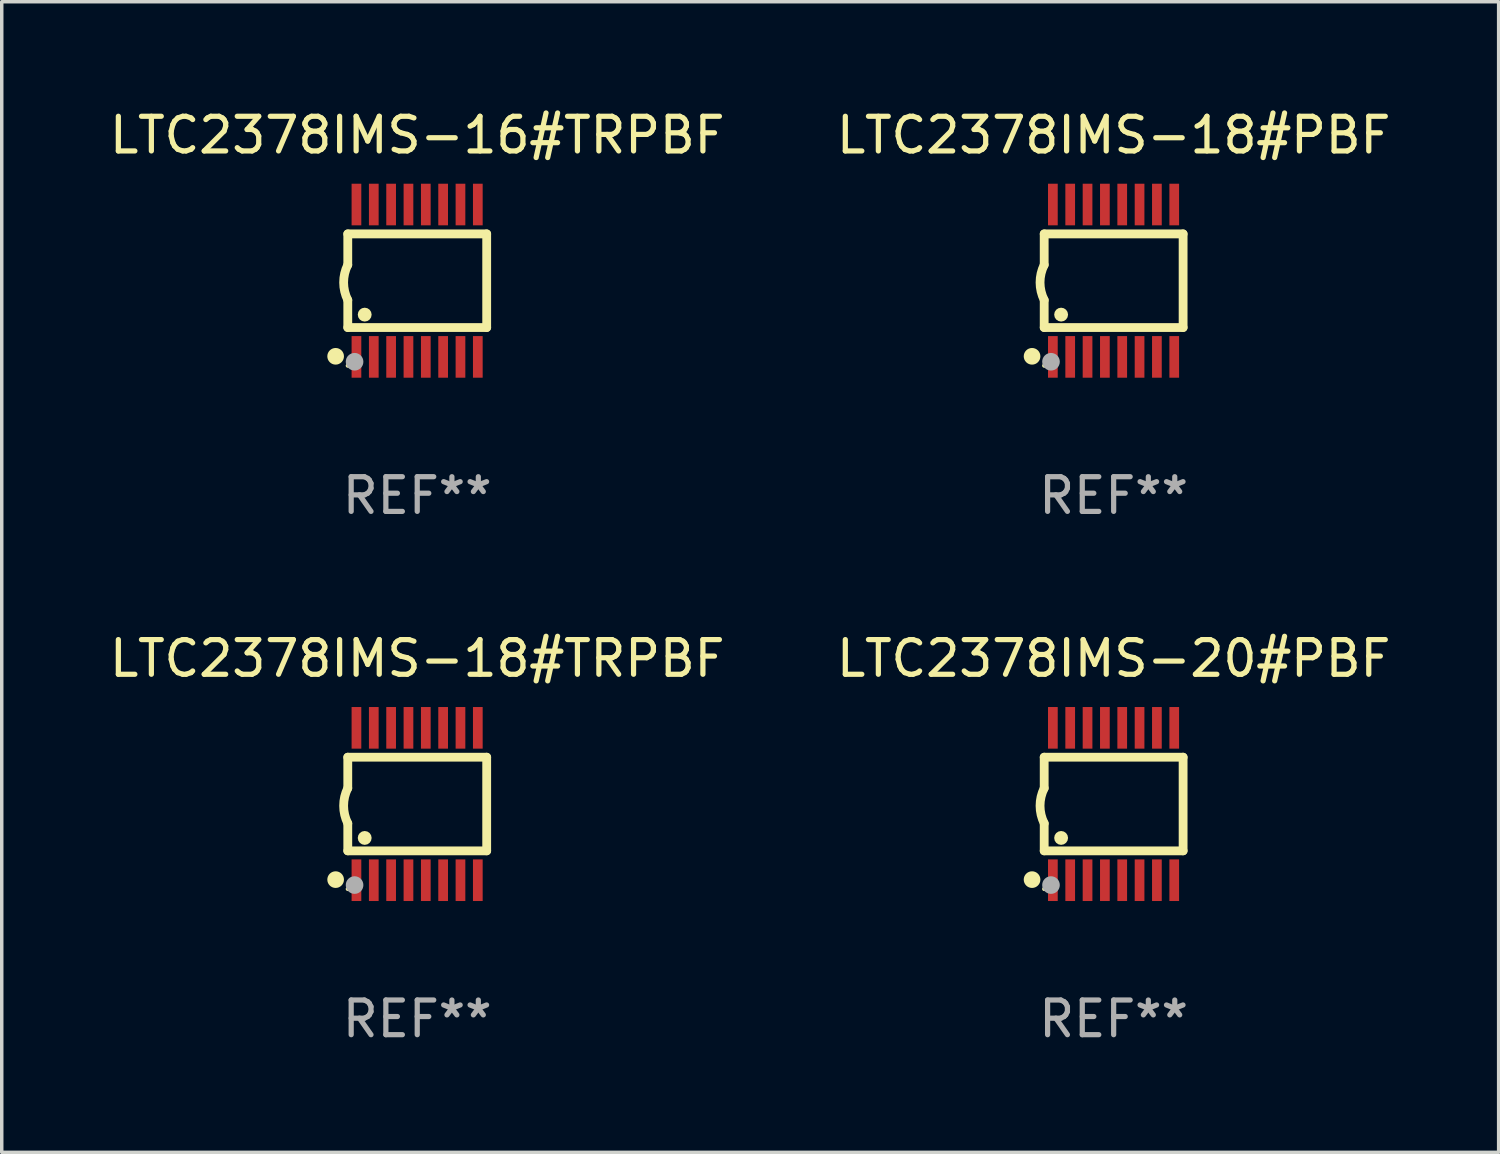
<source format=kicad_pcb>
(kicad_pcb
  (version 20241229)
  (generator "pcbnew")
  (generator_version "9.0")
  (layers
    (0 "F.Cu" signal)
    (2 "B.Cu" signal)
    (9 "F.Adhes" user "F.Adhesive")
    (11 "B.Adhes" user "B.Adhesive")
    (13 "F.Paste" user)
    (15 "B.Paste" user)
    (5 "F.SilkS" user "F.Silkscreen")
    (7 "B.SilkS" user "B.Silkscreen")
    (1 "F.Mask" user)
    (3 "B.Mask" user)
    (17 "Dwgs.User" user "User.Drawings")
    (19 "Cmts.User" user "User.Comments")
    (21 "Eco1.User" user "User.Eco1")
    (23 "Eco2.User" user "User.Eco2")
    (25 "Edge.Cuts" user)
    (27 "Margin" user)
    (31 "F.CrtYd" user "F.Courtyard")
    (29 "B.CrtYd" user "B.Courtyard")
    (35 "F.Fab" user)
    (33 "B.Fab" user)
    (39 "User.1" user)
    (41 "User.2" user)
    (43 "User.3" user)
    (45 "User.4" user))
  (footprint "LTC2378IMS-20#PBF"
    (layer "F.Cu")
    (at 29.065 20.136)
    (property "Reference" "LTC2378IMS-20#PBF" (at 0 -4.197 0) (layer "F.SilkS") (effects (font (size 1 1) (thickness 0.15))))
    (attr through_hole)
    (fp_line (start -2.003 -1.35) (end -2.003 -0.457) (stroke (width 0.254) (type solid)) (layer "F.SilkS"))
    (fp_line (start -2.003 -1.35) (end 2.003 -1.35) (stroke (width 0.254) (type solid)) (layer "F.SilkS"))
    (fp_line (start -2.003 1.35) (end -2.003 0.559) (stroke (width 0.254) (type solid)) (layer "F.SilkS"))
    (fp_line (start -2.003 1.35) (end 2.003 1.35) (stroke (width 0.254) (type solid)) (layer "F.SilkS"))
    (fp_line (start 2.003 -1.35) (end 2.003 1.35) (stroke (width 0.254) (type solid)) (layer "F.SilkS"))
    (fp_arc (start -2.002286 0.558802) (mid -2.122556 0.05092) (end -2.003302 -0.457201) (stroke (width 0.254001) (type solid)) (layer "F.SilkS"))
    (fp_circle (center -2.353 2.18) (end -2.233 2.18) (stroke (width 0.24) (type solid)) (fill no) (layer "F.SilkS"))
    (fp_circle (center -2.003 2.45) (end -1.973 2.45) (stroke (width 0.06) (type solid)) (fill no) (layer "F.SilkS"))
    (fp_circle (center -1.515 0.978) (end -1.415 0.978) (stroke (width 0.2) (type solid)) (fill no) (layer "F.SilkS"))
    (fp_circle (center -1.807 2.337) (end -1.68 2.337) (stroke (width 0.254) (type solid)) (fill no) (layer "F.Fab"))
    (fp_text user "REF**" (at 0 6.197 0) (layer "F.Fab") (effects (font (size 1 1) (thickness 0.15))))
    (pad "1" smd rect (at -1.753 2.197 90) (size 1.2 0.28) (layers "F.Cu" "F.Mask" "F.Paste"))
    (pad "2" smd rect (at -1.253 2.197 90) (size 1.2 0.28) (layers "F.Cu" "F.Mask" "F.Paste"))
    (pad "3" smd rect (at -0.753 2.197 90) (size 1.2 0.28) (layers "F.Cu" "F.Mask" "F.Paste"))
    (pad "4" smd rect (at -0.253 2.197 90) (size 1.2 0.28) (layers "F.Cu" "F.Mask" "F.Paste"))
    (pad "5" smd rect (at 0.247 2.197 90) (size 1.2 0.28) (layers "F.Cu" "F.Mask" "F.Paste"))
    (pad "6" smd rect (at 0.747 2.197 90) (size 1.2 0.28) (layers "F.Cu" "F.Mask" "F.Paste"))
    (pad "7" smd rect (at 1.247 2.197 90) (size 1.2 0.28) (layers "F.Cu" "F.Mask" "F.Paste"))
    (pad "8" smd rect (at 1.747 2.197 90) (size 1.2 0.28) (layers "F.Cu" "F.Mask" "F.Paste"))
    (pad "9" smd rect (at 1.747 -2.197 90) (size 1.2 0.28) (layers "F.Cu" "F.Mask" "F.Paste"))
    (pad "10" smd rect (at 1.247 -2.197 90) (size 1.2 0.28) (layers "F.Cu" "F.Mask" "F.Paste"))
    (pad "11" smd rect (at 0.747 -2.197 90) (size 1.2 0.28) (layers "F.Cu" "F.Mask" "F.Paste"))
    (pad "12" smd rect (at 0.247 -2.197 90) (size 1.2 0.28) (layers "F.Cu" "F.Mask" "F.Paste"))
    (pad "13" smd rect (at -0.253 -2.197 90) (size 1.2 0.28) (layers "F.Cu" "F.Mask" "F.Paste"))
    (pad "14" smd rect (at -0.753 -2.197 90) (size 1.2 0.28) (layers "F.Cu" "F.Mask" "F.Paste"))
    (pad "15" smd rect (at -1.253 -2.197 90) (size 1.2 0.28) (layers "F.Cu" "F.Mask" "F.Paste"))
    (pad "16" smd rect (at -1.753 -2.197 90) (size 1.2 0.28) (layers "F.Cu" "F.Mask" "F.Paste")))
  (footprint "LTC2378IMS-18#PBF"
    (layer "F.Cu")
    (at 29.065 5.045)
    (property "Reference" "LTC2378IMS-18#PBF" (at 0 -4.197 0) (layer "F.SilkS") (effects (font (size 1 1) (thickness 0.15))))
    (attr through_hole)
    (fp_line (start -2.003 -1.35) (end -2.003 -0.457) (stroke (width 0.254) (type solid)) (layer "F.SilkS"))
    (fp_line (start -2.003 -1.35) (end 2.003 -1.35) (stroke (width 0.254) (type solid)) (layer "F.SilkS"))
    (fp_line (start -2.003 1.35) (end -2.003 0.559) (stroke (width 0.254) (type solid)) (layer "F.SilkS"))
    (fp_line (start -2.003 1.35) (end 2.003 1.35) (stroke (width 0.254) (type solid)) (layer "F.SilkS"))
    (fp_line (start 2.003 -1.35) (end 2.003 1.35) (stroke (width 0.254) (type solid)) (layer "F.SilkS"))
    (fp_arc (start -2.002286 0.558802) (mid -2.122556 0.05092) (end -2.003302 -0.457201) (stroke (width 0.254001) (type solid)) (layer "F.SilkS"))
    (fp_circle (center -2.353 2.18) (end -2.233 2.18) (stroke (width 0.24) (type solid)) (fill no) (layer "F.SilkS"))
    (fp_circle (center -2.003 2.45) (end -1.973 2.45) (stroke (width 0.06) (type solid)) (fill no) (layer "F.SilkS"))
    (fp_circle (center -1.515 0.978) (end -1.415 0.978) (stroke (width 0.2) (type solid)) (fill no) (layer "F.SilkS"))
    (fp_circle (center -1.807 2.337) (end -1.68 2.337) (stroke (width 0.254) (type solid)) (fill no) (layer "F.Fab"))
    (fp_text user "REF**" (at 0 6.197 0) (layer "F.Fab") (effects (font (size 1 1) (thickness 0.15))))
    (pad "1" smd rect (at -1.753 2.197 90) (size 1.2 0.28) (layers "F.Cu" "F.Mask" "F.Paste"))
    (pad "2" smd rect (at -1.253 2.197 90) (size 1.2 0.28) (layers "F.Cu" "F.Mask" "F.Paste"))
    (pad "3" smd rect (at -0.753 2.197 90) (size 1.2 0.28) (layers "F.Cu" "F.Mask" "F.Paste"))
    (pad "4" smd rect (at -0.253 2.197 90) (size 1.2 0.28) (layers "F.Cu" "F.Mask" "F.Paste"))
    (pad "5" smd rect (at 0.247 2.197 90) (size 1.2 0.28) (layers "F.Cu" "F.Mask" "F.Paste"))
    (pad "6" smd rect (at 0.747 2.197 90) (size 1.2 0.28) (layers "F.Cu" "F.Mask" "F.Paste"))
    (pad "7" smd rect (at 1.247 2.197 90) (size 1.2 0.28) (layers "F.Cu" "F.Mask" "F.Paste"))
    (pad "8" smd rect (at 1.747 2.197 90) (size 1.2 0.28) (layers "F.Cu" "F.Mask" "F.Paste"))
    (pad "9" smd rect (at 1.747 -2.197 90) (size 1.2 0.28) (layers "F.Cu" "F.Mask" "F.Paste"))
    (pad "10" smd rect (at 1.247 -2.197 90) (size 1.2 0.28) (layers "F.Cu" "F.Mask" "F.Paste"))
    (pad "11" smd rect (at 0.747 -2.197 90) (size 1.2 0.28) (layers "F.Cu" "F.Mask" "F.Paste"))
    (pad "12" smd rect (at 0.247 -2.197 90) (size 1.2 0.28) (layers "F.Cu" "F.Mask" "F.Paste"))
    (pad "13" smd rect (at -0.253 -2.197 90) (size 1.2 0.28) (layers "F.Cu" "F.Mask" "F.Paste"))
    (pad "14" smd rect (at -0.753 -2.197 90) (size 1.2 0.28) (layers "F.Cu" "F.Mask" "F.Paste"))
    (pad "15" smd rect (at -1.253 -2.197 90) (size 1.2 0.28) (layers "F.Cu" "F.Mask" "F.Paste"))
    (pad "16" smd rect (at -1.753 -2.197 90) (size 1.2 0.28) (layers "F.Cu" "F.Mask" "F.Paste")))
  (footprint "LTC2378IMS-16#TRPBF"
    (layer "F.Cu")
    (at 8.982 5.045)
    (property "Reference" "LTC2378IMS-16#TRPBF" (at 0 -4.197 0) (layer "F.SilkS") (effects (font (size 1 1) (thickness 0.15))))
    (attr through_hole)
    (fp_line (start -2.003 -1.35) (end -2.003 -0.457) (stroke (width 0.254) (type solid)) (layer "F.SilkS"))
    (fp_line (start -2.003 -1.35) (end 2.003 -1.35) (stroke (width 0.254) (type solid)) (layer "F.SilkS"))
    (fp_line (start -2.003 1.35) (end -2.003 0.559) (stroke (width 0.254) (type solid)) (layer "F.SilkS"))
    (fp_line (start -2.003 1.35) (end 2.003 1.35) (stroke (width 0.254) (type solid)) (layer "F.SilkS"))
    (fp_line (start 2.003 -1.35) (end 2.003 1.35) (stroke (width 0.254) (type solid)) (layer "F.SilkS"))
    (fp_arc (start -2.002286 0.558802) (mid -2.122556 0.05092) (end -2.003302 -0.457201) (stroke (width 0.254001) (type solid)) (layer "F.SilkS"))
    (fp_circle (center -2.353 2.18) (end -2.233 2.18) (stroke (width 0.24) (type solid)) (fill no) (layer "F.SilkS"))
    (fp_circle (center -2.003 2.45) (end -1.973 2.45) (stroke (width 0.06) (type solid)) (fill no) (layer "F.SilkS"))
    (fp_circle (center -1.515 0.978) (end -1.415 0.978) (stroke (width 0.2) (type solid)) (fill no) (layer "F.SilkS"))
    (fp_circle (center -1.807 2.337) (end -1.68 2.337) (stroke (width 0.254) (type solid)) (fill no) (layer "F.Fab"))
    (fp_text user "REF**" (at 0 6.197 0) (layer "F.Fab") (effects (font (size 1 1) (thickness 0.15))))
    (pad "1" smd rect (at -1.753 2.197 90) (size 1.2 0.28) (layers "F.Cu" "F.Mask" "F.Paste"))
    (pad "2" smd rect (at -1.253 2.197 90) (size 1.2 0.28) (layers "F.Cu" "F.Mask" "F.Paste"))
    (pad "3" smd rect (at -0.753 2.197 90) (size 1.2 0.28) (layers "F.Cu" "F.Mask" "F.Paste"))
    (pad "4" smd rect (at -0.253 2.197 90) (size 1.2 0.28) (layers "F.Cu" "F.Mask" "F.Paste"))
    (pad "5" smd rect (at 0.247 2.197 90) (size 1.2 0.28) (layers "F.Cu" "F.Mask" "F.Paste"))
    (pad "6" smd rect (at 0.747 2.197 90) (size 1.2 0.28) (layers "F.Cu" "F.Mask" "F.Paste"))
    (pad "7" smd rect (at 1.247 2.197 90) (size 1.2 0.28) (layers "F.Cu" "F.Mask" "F.Paste"))
    (pad "8" smd rect (at 1.747 2.197 90) (size 1.2 0.28) (layers "F.Cu" "F.Mask" "F.Paste"))
    (pad "9" smd rect (at 1.747 -2.197 90) (size 1.2 0.28) (layers "F.Cu" "F.Mask" "F.Paste"))
    (pad "10" smd rect (at 1.247 -2.197 90) (size 1.2 0.28) (layers "F.Cu" "F.Mask" "F.Paste"))
    (pad "11" smd rect (at 0.747 -2.197 90) (size 1.2 0.28) (layers "F.Cu" "F.Mask" "F.Paste"))
    (pad "12" smd rect (at 0.247 -2.197 90) (size 1.2 0.28) (layers "F.Cu" "F.Mask" "F.Paste"))
    (pad "13" smd rect (at -0.253 -2.197 90) (size 1.2 0.28) (layers "F.Cu" "F.Mask" "F.Paste"))
    (pad "14" smd rect (at -0.753 -2.197 90) (size 1.2 0.28) (layers "F.Cu" "F.Mask" "F.Paste"))
    (pad "15" smd rect (at -1.253 -2.197 90) (size 1.2 0.28) (layers "F.Cu" "F.Mask" "F.Paste"))
    (pad "16" smd rect (at -1.753 -2.197 90) (size 1.2 0.28) (layers "F.Cu" "F.Mask" "F.Paste")))
  (footprint "LTC2378IMS-18#TRPBF"
    (layer "F.Cu")
    (at 8.982 20.136)
    (property "Reference" "LTC2378IMS-18#TRPBF" (at 0 -4.197 0) (layer "F.SilkS") (effects (font (size 1 1) (thickness 0.15))))
    (attr through_hole)
    (fp_line (start -2.003 -1.35) (end -2.003 -0.457) (stroke (width 0.254) (type solid)) (layer "F.SilkS"))
    (fp_line (start -2.003 -1.35) (end 2.003 -1.35) (stroke (width 0.254) (type solid)) (layer "F.SilkS"))
    (fp_line (start -2.003 1.35) (end -2.003 0.559) (stroke (width 0.254) (type solid)) (layer "F.SilkS"))
    (fp_line (start -2.003 1.35) (end 2.003 1.35) (stroke (width 0.254) (type solid)) (layer "F.SilkS"))
    (fp_line (start 2.003 -1.35) (end 2.003 1.35) (stroke (width 0.254) (type solid)) (layer "F.SilkS"))
    (fp_arc (start -2.002286 0.558802) (mid -2.122556 0.05092) (end -2.003302 -0.457201) (stroke (width 0.254001) (type solid)) (layer "F.SilkS"))
    (fp_circle (center -2.353 2.18) (end -2.233 2.18) (stroke (width 0.24) (type solid)) (fill no) (layer "F.SilkS"))
    (fp_circle (center -2.003 2.45) (end -1.973 2.45) (stroke (width 0.06) (type solid)) (fill no) (layer "F.SilkS"))
    (fp_circle (center -1.515 0.978) (end -1.415 0.978) (stroke (width 0.2) (type solid)) (fill no) (layer "F.SilkS"))
    (fp_circle (center -1.807 2.337) (end -1.68 2.337) (stroke (width 0.254) (type solid)) (fill no) (layer "F.Fab"))
    (fp_text user "REF**" (at 0 6.197 0) (layer "F.Fab") (effects (font (size 1 1) (thickness 0.15))))
    (pad "1" smd rect (at -1.753 2.197 90) (size 1.2 0.28) (layers "F.Cu" "F.Mask" "F.Paste"))
    (pad "2" smd rect (at -1.253 2.197 90) (size 1.2 0.28) (layers "F.Cu" "F.Mask" "F.Paste"))
    (pad "3" smd rect (at -0.753 2.197 90) (size 1.2 0.28) (layers "F.Cu" "F.Mask" "F.Paste"))
    (pad "4" smd rect (at -0.253 2.197 90) (size 1.2 0.28) (layers "F.Cu" "F.Mask" "F.Paste"))
    (pad "5" smd rect (at 0.247 2.197 90) (size 1.2 0.28) (layers "F.Cu" "F.Mask" "F.Paste"))
    (pad "6" smd rect (at 0.747 2.197 90) (size 1.2 0.28) (layers "F.Cu" "F.Mask" "F.Paste"))
    (pad "7" smd rect (at 1.247 2.197 90) (size 1.2 0.28) (layers "F.Cu" "F.Mask" "F.Paste"))
    (pad "8" smd rect (at 1.747 2.197 90) (size 1.2 0.28) (layers "F.Cu" "F.Mask" "F.Paste"))
    (pad "9" smd rect (at 1.747 -2.197 90) (size 1.2 0.28) (layers "F.Cu" "F.Mask" "F.Paste"))
    (pad "10" smd rect (at 1.247 -2.197 90) (size 1.2 0.28) (layers "F.Cu" "F.Mask" "F.Paste"))
    (pad "11" smd rect (at 0.747 -2.197 90) (size 1.2 0.28) (layers "F.Cu" "F.Mask" "F.Paste"))
    (pad "12" smd rect (at 0.247 -2.197 90) (size 1.2 0.28) (layers "F.Cu" "F.Mask" "F.Paste"))
    (pad "13" smd rect (at -0.253 -2.197 90) (size 1.2 0.28) (layers "F.Cu" "F.Mask" "F.Paste"))
    (pad "14" smd rect (at -0.753 -2.197 90) (size 1.2 0.28) (layers "F.Cu" "F.Mask" "F.Paste"))
    (pad "15" smd rect (at -1.253 -2.197 90) (size 1.2 0.28) (layers "F.Cu" "F.Mask" "F.Paste"))
    (pad "16" smd rect (at -1.753 -2.197 90) (size 1.2 0.28) (layers "F.Cu" "F.Mask" "F.Paste")))
  (gr_rect
    (start -3 -3)
    (end 40.167 30.181)
    (stroke (width 0.1) (type default))
    (fill no)
    (layer "Edge.Cuts")))
</source>
